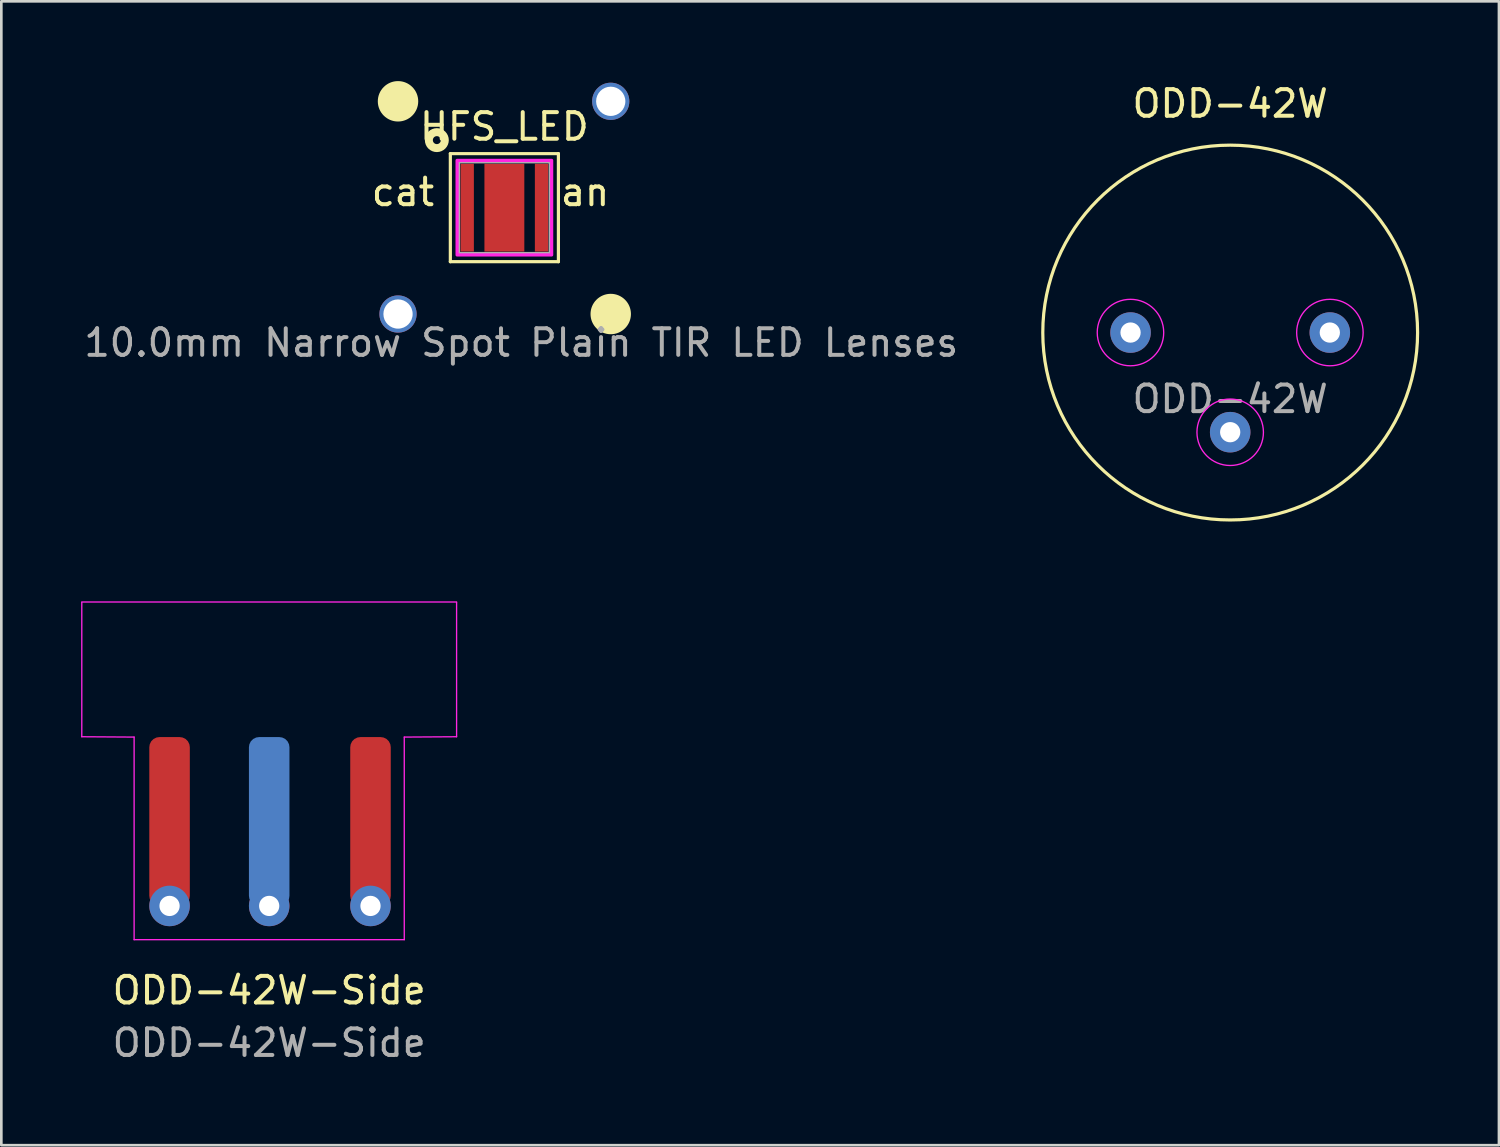
<source format=kicad_pcb>
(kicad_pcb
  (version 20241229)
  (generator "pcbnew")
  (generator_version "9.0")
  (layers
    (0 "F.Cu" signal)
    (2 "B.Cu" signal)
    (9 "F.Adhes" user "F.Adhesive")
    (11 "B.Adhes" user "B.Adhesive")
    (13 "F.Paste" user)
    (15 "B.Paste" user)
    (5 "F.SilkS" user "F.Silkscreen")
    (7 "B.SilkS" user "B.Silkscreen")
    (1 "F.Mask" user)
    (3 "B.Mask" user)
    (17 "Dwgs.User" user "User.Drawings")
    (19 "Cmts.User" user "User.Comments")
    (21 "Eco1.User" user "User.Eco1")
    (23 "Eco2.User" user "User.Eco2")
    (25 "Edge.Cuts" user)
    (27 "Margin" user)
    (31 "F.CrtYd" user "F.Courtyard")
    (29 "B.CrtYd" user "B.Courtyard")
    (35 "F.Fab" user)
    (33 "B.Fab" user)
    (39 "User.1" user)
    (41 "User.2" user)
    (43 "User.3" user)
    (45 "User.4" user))
  (footprint "ODD-42W-Side"
    (layer "F.Cu")
    (at 7.074 24.671)
    (property "Reference" "ODD-42W-Side" (at 0 9.525 0) (unlocked yes) (layer "F.SilkS") (effects (font (size 1 1) (thickness 0.15))))
    (fp_line (start -7.048 -5.08) (end 7.048 -5.08) (stroke (width 0.05) (type default)) (layer "F.CrtYd"))
    (fp_line (start -7.048 -5.067) (end -7.048 -0.013) (stroke (width 0.05) (type default)) (layer "F.CrtYd"))
    (fp_line (start -5.08 0) (end -7.048 -0.013) (stroke (width 0.05) (type default)) (layer "F.CrtYd"))
    (fp_line (start -5.08 0) (end -5.08 7.62) (stroke (width 0.05) (type default)) (layer "F.CrtYd"))
    (fp_line (start -5.08 7.62) (end 5.08 7.62) (stroke (width 0.05) (type default)) (layer "F.CrtYd"))
    (fp_line (start 5.08 0) (end 7.048 -0.013) (stroke (width 0.05) (type default)) (layer "F.CrtYd"))
    (fp_line (start 5.08 7.62) (end 5.08 0) (stroke (width 0.05) (type default)) (layer "F.CrtYd"))
    (fp_line (start 7.048 -5.067) (end 7.048 -0.013) (stroke (width 0.05) (type default)) (layer "F.CrtYd"))
    (fp_text user "${REFERENCE}" (at 0 11.5 0) (unlocked yes) (layer "F.Fab") (effects (font (size 1 1) (thickness 0.15))))
    (pad "1" connect roundrect (at 3.81 3.175) (size 1.524 6.35) (layers "F.Cu" "F.Mask") (roundrect_rratio 0.25))
    (pad "1" thru_hole circle (at 3.81 6.35) (size 1.524 1.524) (drill 0.762) (layers "*.Cu" "*.Mask"))
    (pad "2" connect roundrect (at -3.747 3.175) (size 1.524 6.35) (layers "F.Cu" "F.Mask") (roundrect_rratio 0.25))
    (pad "2" thru_hole circle (at -3.747 6.35) (size 1.524 1.524) (drill 0.762) (layers "*.Cu" "*.Mask"))
    (pad "3" connect roundrect (at 0 3.175) (size 1.524 6.35) (layers "B.Cu" "B.Mask") (roundrect_rratio 0.25))
    (pad "3" thru_hole circle (at 0 6.35) (size 1.524 1.524) (drill 0.762) (layers "*.Cu" "*.Mask"))
    (zone (net_name "") (layers "F.Cu" "F.Mask" "B.Cu" "B.Mask" "F.SilkS" "B.SilkS" "F.Adhes" "B.Adhes" "F.Paste" "B.Paste") (name "Head") (hatch edge 0.5) (connect_pads) (min_thickness 0.25) (filled_areas_thickness no) (keepout (tracks not_allowed) (vias not_allowed) (pads not_allowed) (copperpour not_allowed) (footprints not_allowed)) (placement (enabled no)) (fill) (polygon (pts (xy 0.088 19.591) (xy 0.088 24.671) (xy 14.059 24.671) (xy 14.059 19.591)))))
  (footprint "HFS_LED"
    (layer "F.Cu")
    (at 15.919 4.76)
    (property "Reference" "HFS_LED" (at 0 -3.048 0) (unlocked yes) (layer "F.SilkS") (effects (font (size 1 1) (thickness 0.15))))
    (attr smd)
    (fp_line (start -2.032 -2.032) (end -2.032 2.032) (stroke (width 0.12) (type solid)) (layer "F.SilkS"))
    (fp_line (start -2.032 2.032) (end 2.032 2.032) (stroke (width 0.12) (type solid)) (layer "F.SilkS"))
    (fp_line (start 2.032 -2.032) (end -2.032 -2.032) (stroke (width 0.12) (type solid)) (layer "F.SilkS"))
    (fp_line (start 2.032 2.032) (end 2.032 -2.032) (stroke (width 0.12) (type solid)) (layer "F.SilkS"))
    (fp_circle (center -4 -4) (end -3.3 -4) (stroke (width 0.12) (type solid)) (fill yes) (layer "F.SilkS"))
    (fp_circle (center -2.54 -2.54) (end -2.24 -2.54) (stroke (width 0.3) (type default)) (fill no) (layer "F.SilkS"))
    (fp_circle (center 4 4) (end 4.7 4) (stroke (width 0.12) (type solid)) (fill yes) (layer "F.SilkS"))
    (fp_rect (start -1.778 -1.778) (end 1.778 1.778) (stroke (width 0.12) (type solid)) (fill no) (layer "F.CrtYd"))
    (fp_rect (start 1.725 1.725) (end -1.725 -1.725) (stroke (width 0.12) (type solid)) (fill no) (layer "F.Fab"))
    (fp_text user "cat" (at -5.08 0 0) (unlocked yes) (layer "F.SilkS") (effects (font (size 1 1) (thickness 0.15)) (justify left bottom)))
    (fp_text user "an" (at 2.032 0 0) (unlocked yes) (layer "F.SilkS") (effects (font (size 1 1) (thickness 0.15)) (justify left bottom)))
    (fp_text user "10.0mm Narrow Spot Plain TIR LED Lenses" (at 0.635 5.08 0) (unlocked yes) (layer "F.Fab") (effects (font (size 1 1) (thickness 0.15))))
    (pad "" np_thru_hole circle (at -4 4) (size 1.4 1.4) (drill 1.1) (layers "*.Cu" "*.Mask"))
    (pad "" smd rect (at 0 0) (size 1.5 3.3) (layers "F.Cu" "F.Mask" "F.Paste"))
    (pad "" np_thru_hole circle (at 4 -4) (size 1.4 1.4) (drill 1.1) (layers "*.Cu" "*.Mask"))
    (pad "1" smd rect (at 1.397 0) (size 0.5 3.3) (layers "F.Cu" "F.Mask" "F.Paste"))
    (pad "2" smd rect (at -1.397 0) (size 0.5 3.3) (layers "F.Cu" "F.Mask" "F.Paste")))
  (footprint "ODD-42W"
    (layer "F.Cu")
    (at 43.216 9.457)
    (property "Reference" "ODD-42W" (at 0 -8.609 0) (unlocked yes) (layer "F.SilkS") (effects (font (size 1 1) (thickness 0.15))))
    (attr through_hole)
    (fp_circle (center 0 0) (end 7.048 0) (stroke (width 0.12) (type default)) (fill no) (layer "F.SilkS"))
    (fp_circle (center -3.75 0) (end -3.75 1.25) (stroke (width 0.05) (type default)) (fill no) (layer "F.CrtYd"))
    (fp_circle (center 0 3.75) (end 0 5) (stroke (width 0.05) (type default)) (fill no) (layer "F.CrtYd"))
    (fp_circle (center 3.75 0) (end 3.75 1.25) (stroke (width 0.05) (type default)) (fill no) (layer "F.CrtYd"))
    (fp_text user "${REFERENCE}" (at 0 2.5 0) (unlocked yes) (layer "F.Fab") (effects (font (size 1 1) (thickness 0.15))))
    (pad "1" thru_hole circle (at -3.747 0) (size 1.524 1.524) (drill 0.762) (layers "*.Cu" "*.Mask"))
    (pad "2" thru_hole circle (at 3.747 0) (size 1.524 1.524) (drill 0.762) (layers "*.Cu" "*.Mask"))
    (pad "3" thru_hole circle (at 0 3.747) (size 1.524 1.524) (drill 0.762) (layers "*.Cu" "*.Mask")))
  (gr_rect
    (start -3 -3)
    (end 53.324 40.019)
    (stroke (width 0.1) (type default))
    (fill no)
    (layer "Edge.Cuts")))
</source>
